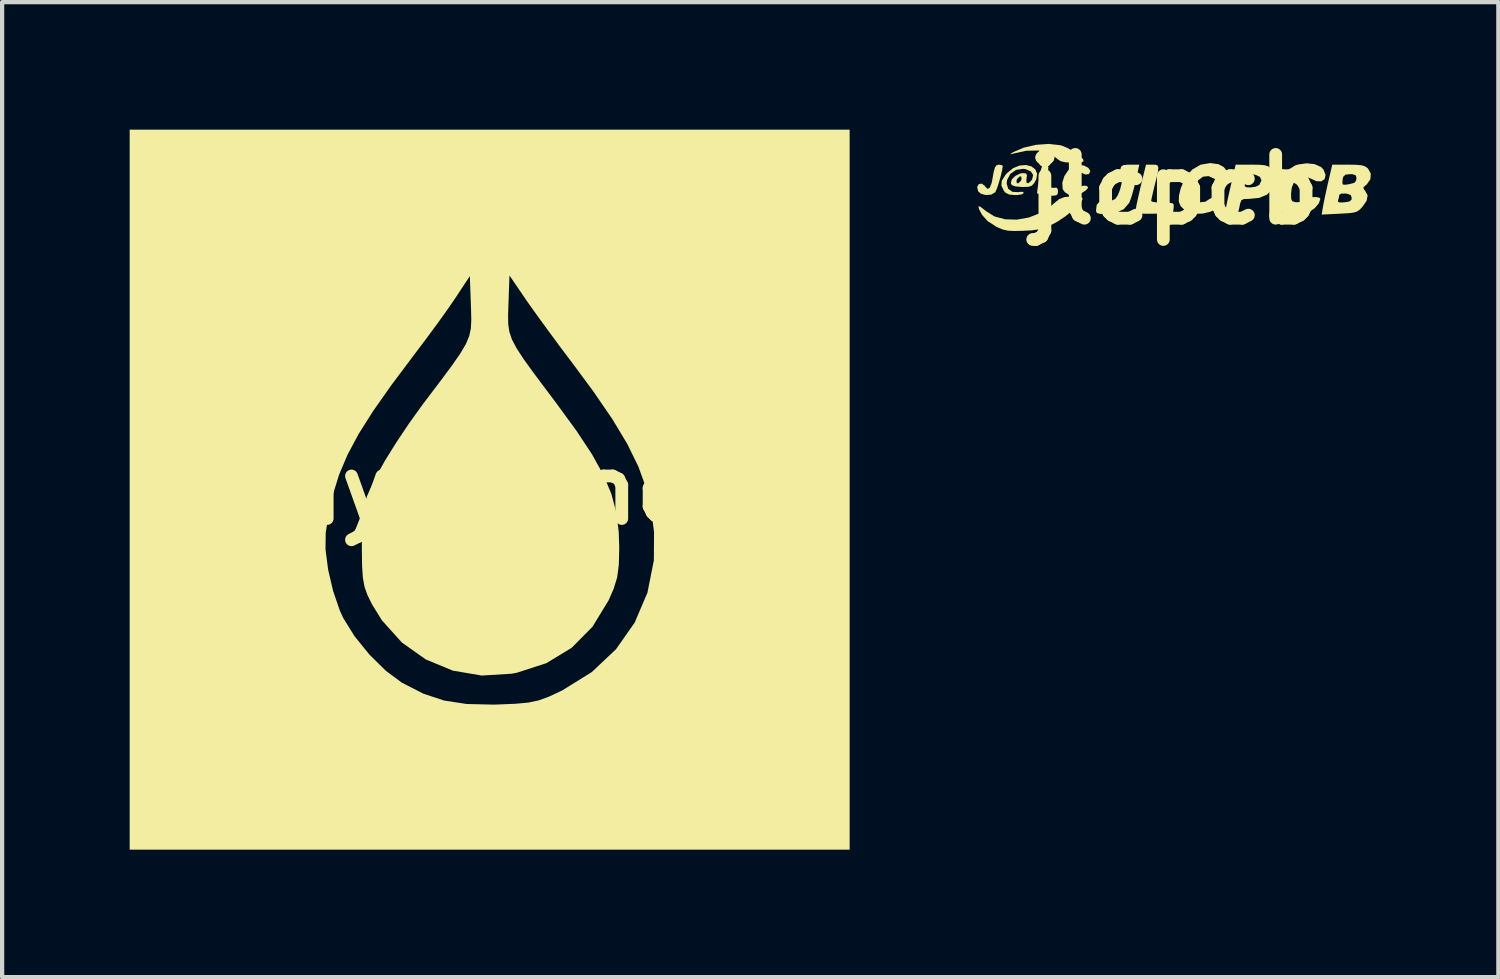
<source format=kicad_pcb>
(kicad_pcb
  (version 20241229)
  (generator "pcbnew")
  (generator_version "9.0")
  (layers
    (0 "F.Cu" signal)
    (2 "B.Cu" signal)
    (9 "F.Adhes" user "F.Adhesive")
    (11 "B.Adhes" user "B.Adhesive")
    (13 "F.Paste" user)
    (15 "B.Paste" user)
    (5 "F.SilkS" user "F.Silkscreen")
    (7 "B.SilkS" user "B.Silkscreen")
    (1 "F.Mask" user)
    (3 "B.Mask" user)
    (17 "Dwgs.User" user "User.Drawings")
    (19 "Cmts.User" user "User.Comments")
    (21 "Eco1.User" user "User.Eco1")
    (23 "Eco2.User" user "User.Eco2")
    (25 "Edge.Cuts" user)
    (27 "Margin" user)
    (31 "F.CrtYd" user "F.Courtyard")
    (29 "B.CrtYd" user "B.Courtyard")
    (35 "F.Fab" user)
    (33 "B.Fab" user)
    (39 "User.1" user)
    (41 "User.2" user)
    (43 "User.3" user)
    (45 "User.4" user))
  (footprint "hyprland"
    (layer "F.Cu")
    (at 8.467 8.467)
    (property "Reference" "hyprland" (at 0 0 0) (layer "F.SilkS") (effects (font (size 1.5 1.5) (thickness 0.3))))
    (attr board_only exclude_from_pos_files exclude_from_bom)
    (fp_poly (pts (xy 8.467 -0.000001) (xy 8.467 8.467) (xy -0.000001 8.467) (xy -8.467 8.467) (xy -8.467 1.406) (xy -3.861 1.406) (xy -3.799 1.883) (xy -3.682 2.383) (xy -3.524 2.844) (xy -3.443 3.02) (xy -3.178 3.447) (xy -2.829 3.878) (xy -2.443 4.259) (xy -2.069 4.537) (xy -2.06 4.542) (xy -1.563 4.797) (xy -1.076 4.959) (xy -0.543 5.041) (xy 0.089 5.056) (xy 0.186 5.053) (xy 0.606 5.036) (xy 0.91 5.008) (xy 1.154 4.956) (xy 1.391 4.87) (xy 1.677 4.736) (xy 1.71 4.72) (xy 2.401 4.291) (xy 2.971 3.754) (xy 3.411 3.126) (xy 3.711 2.423) (xy 3.862 1.662) (xy 3.866 1.002) (xy 3.801 0.472) (xy 3.682 -0.035) (xy 3.498 -0.542) (xy 3.237 -1.075) (xy 2.887 -1.657) (xy 2.437 -2.313) (xy 1.996 -2.91) (xy 1.684 -3.324) (xy 1.375 -3.743) (xy 1.097 -4.125) (xy 0.883 -4.426) (xy 0.841 -4.487) (xy 0.466 -5.038) (xy 0.441 -4.338) (xy 0.433 -4.09) (xy 0.437 -3.888) (xy 0.464 -3.709) (xy 0.526 -3.528) (xy 0.636 -3.321) (xy 0.804 -3.064) (xy 1.044 -2.732) (xy 1.367 -2.301) (xy 1.573 -2.027) (xy 2.043 -1.383) (xy 2.407 -0.832) (xy 2.676 -0.347) (xy 2.863 0.101) (xy 2.979 0.538) (xy 3.036 0.993) (xy 3.048 1.373) (xy 3.038 1.765) (xy 3 2.059) (xy 2.918 2.328) (xy 2.799 2.601) (xy 2.418 3.225) (xy 1.929 3.719) (xy 1.336 4.08) (xy 0.643 4.305) (xy 0.519 4.329) (xy -0.187 4.372) (xy -0.868 4.256) (xy -1.501 3.994) (xy -2.064 3.596) (xy -2.534 3.074) (xy -2.767 2.697) (xy -2.873 2.482) (xy -2.942 2.29) (xy -2.982 2.075) (xy -3.001 1.792) (xy -3.006 1.394) (xy -3.006 1.306) (xy -3.004 0.893) (xy -2.99 0.597) (xy -2.953 0.366) (xy -2.883 0.148) (xy -2.767 -0.109) (xy -2.65 -0.345) (xy -2.462 -0.683) (xy -2.2 -1.104) (xy -1.896 -1.558) (xy -1.582 -1.996) (xy -1.523 -2.074) (xy -1.16 -2.552) (xy -0.887 -2.92) (xy -0.691 -3.202) (xy -0.559 -3.426) (xy -0.48 -3.615) (xy -0.442 -3.796) (xy -0.432 -3.994) (xy -0.438 -4.235) (xy -0.441 -4.327) (xy -0.466 -5.024) (xy -0.796 -4.523) (xy -0.983 -4.25) (xy -1.239 -3.893) (xy -1.528 -3.502) (xy -1.775 -3.175) (xy -2.308 -2.464) (xy -2.739 -1.852) (xy -3.08 -1.313) (xy -3.343 -0.821) (xy -3.542 -0.351) (xy -3.689 0.123) (xy -3.796 0.626) (xy -3.856 1.016) (xy -3.861 1.406) (xy -8.467 1.406) (xy -8.467 -0.000001) (xy -8.467 -8.467) (xy -0.000001 -8.467) (xy 8.467 -8.467)) (stroke (width 0) (type solid)) (fill yes) (layer "F.SilkS")))
  (footprint "jlcpcb"
    (layer "F.Cu")
    (at 24.562 1.404)
    (property "Reference" "jlcpcb" (at 0 0 0) (layer "F.SilkS") (effects (font (size 1.5 1.5) (thickness 0.3))))
    (attr board_only exclude_from_pos_files exclude_from_bom)
    (fp_poly (pts (xy -4.041 -0.567) (xy -4.026 -0.548) (xy -4.042 -0.448) (xy -4.076 -0.306) (xy -4.12 -0.153) (xy -4.164 -0.02) (xy -4.2 0.062) (xy -4.206 0.069) (xy -4.299 0.124) (xy -4.424 0.134) (xy -4.542 0.102) (xy -4.606 0.044) (xy -4.629 -0.056) (xy -4.593 -0.121) (xy -4.526 -0.137) (xy -4.453 -0.087) (xy -4.435 -0.061) (xy -4.382 -0.01) (xy -4.331 -0.042) (xy -4.288 -0.151) (xy -4.271 -0.235) (xy -4.24 -0.411) (xy -4.21 -0.516) (xy -4.173 -0.567) (xy -4.12 -0.581) (xy -4.111 -0.581)) (stroke (width 0) (type solid)) (fill yes) (layer "F.SilkS"))
    (fp_poly (pts (xy -2.683 -1.04) (xy -2.642 -1.03) (xy -2.505 -0.974) (xy -2.358 -0.891) (xy -2.228 -0.799) (xy -2.143 -0.715) (xy -2.129 -0.689) (xy -2.133 -0.654) (xy -2.189 -0.635) (xy -2.312 -0.629) (xy -2.383 -0.629) (xy -2.55 -0.636) (xy -2.659 -0.661) (xy -2.741 -0.712) (xy -2.773 -0.742) (xy -2.953 -0.858) (xy -3.189 -0.914) (xy -3.47 -0.908) (xy -3.786 -0.84) (xy -3.823 -0.828) (xy -3.85 -0.827) (xy -3.805 -0.861) (xy -3.78 -0.876) (xy -3.531 -0.982) (xy -3.242 -1.048) (xy -2.948 -1.069)) (stroke (width 0) (type solid)) (fill yes) (layer "F.SilkS"))
    (fp_poly (pts (xy -2.974 -0.571) (xy -2.954 -0.525) (xy -2.962 -0.419) (xy -2.966 -0.389) (xy -2.989 -0.251) (xy -3.014 -0.142) (xy -3.021 -0.121) (xy -3.024 -0.065) (xy -2.962 -0.042) (xy -2.923 -0.039) (xy -2.818 -0.037) (xy -2.761 -0.039) (xy -2.734 -0.007) (xy -2.728 0.042) (xy -2.735 0.107) (xy -2.77 0.14) (xy -2.854 0.15) (xy -3.007 0.143) (xy -3.007 0.143) (xy -3.131 0.126) (xy -3.208 0.1) (xy -3.22 0.084) (xy -3.213 0.02) (xy -3.195 -0.105) (xy -3.169 -0.265) (xy -3.168 -0.271) (xy -3.137 -0.436) (xy -3.107 -0.531) (xy -3.07 -0.573) (xy -3.028 -0.581)) (stroke (width 0) (type solid)) (fill yes) (layer "F.SilkS"))
    (fp_poly (pts (xy -0.9 -0.197) (xy -0.947 -0.005) (xy -0.997 0.168) (xy -1.042 0.293) (xy -1.053 0.317) (xy -1.178 0.464) (xy -1.367 0.553) (xy -1.608 0.581) (xy -1.743 0.576) (xy -1.811 0.556) (xy -1.833 0.513) (xy -1.833 0.496) (xy -1.817 0.364) (xy -1.755 0.294) (xy -1.63 0.269) (xy -1.584 0.268) (xy -1.454 0.26) (xy -1.379 0.224) (xy -1.324 0.144) (xy -1.269 0.009) (xy -1.233 -0.133) (xy -1.22 -0.253) (xy -1.236 -0.324) (xy -1.242 -0.329) (xy -1.267 -0.388) (xy -1.263 -0.468) (xy -1.241 -0.537) (xy -1.191 -0.57) (xy -1.087 -0.581) (xy -1.028 -0.581) (xy -0.815 -0.581)) (stroke (width 0) (type solid)) (fill yes) (layer "F.SilkS"))
    (fp_poly (pts (xy -0.43 -0.579) (xy -0.384 -0.561) (xy -0.367 -0.512) (xy -0.377 -0.417) (xy -0.412 -0.261) (xy -0.448 -0.117) (xy -0.489 0.051) (xy -0.52 0.187) (xy -0.536 0.265) (xy -0.537 0.274) (xy -0.496 0.294) (xy -0.39 0.309) (xy -0.265 0.313) (xy -0.116 0.315) (xy -0.036 0.326) (xy -0.006 0.357) (xy -0.006 0.416) (xy -0.008 0.436) (xy -0.022 0.559) (xy -0.455 0.572) (xy -0.642 0.574) (xy -0.792 0.569) (xy -0.885 0.558) (xy -0.905 0.549) (xy -0.902 0.495) (xy -0.881 0.371) (xy -0.844 0.197) (xy -0.796 -0.011) (xy -0.791 -0.034) (xy -0.658 -0.581) (xy -0.508 -0.581)) (stroke (width 0) (type solid)) (fill yes) (layer "F.SilkS"))
    (fp_poly (pts (xy 1.051 -0.591) (xy 1.17 -0.525) (xy 1.257 -0.42) (xy 1.292 -0.305) (xy 1.283 -0.253) (xy 1.219 -0.194) (xy 1.111 -0.183) (xy 0.993 -0.222) (xy 0.959 -0.245) (xy 0.814 -0.312) (xy 0.681 -0.298) (xy 0.571 -0.214) (xy 0.498 -0.067) (xy 0.473 0.104) (xy 0.476 0.223) (xy 0.503 0.279) (xy 0.572 0.3) (xy 0.608 0.304) (xy 0.737 0.291) (xy 0.803 0.248) (xy 0.876 0.204) (xy 0.98 0.182) (xy 1.082 0.183) (xy 1.15 0.21) (xy 1.161 0.235) (xy 1.117 0.354) (xy 1.007 0.454) (xy 0.851 0.528) (xy 0.672 0.57) (xy 0.49 0.574) (xy 0.329 0.535) (xy 0.255 0.491) (xy 0.157 0.394) (xy 0.113 0.287) (xy 0.118 0.144) (xy 0.161 -0.031) (xy 0.27 -0.28) (xy 0.429 -0.465) (xy 0.628 -0.581) (xy 0.856 -0.619)) (stroke (width 0) (type solid)) (fill yes) (layer "F.SilkS"))
    (fp_poly (pts (xy 3.309 -0.593) (xy 3.456 -0.528) (xy 3.516 -0.468) (xy 3.566 -0.34) (xy 3.544 -0.242) (xy 3.466 -0.189) (xy 3.35 -0.192) (xy 3.241 -0.243) (xy 3.083 -0.308) (xy 2.944 -0.291) (xy 2.837 -0.2) (xy 2.771 -0.043) (xy 2.754 0.104) (xy 2.757 0.223) (xy 2.783 0.279) (xy 2.852 0.3) (xy 2.888 0.304) (xy 3.018 0.291) (xy 3.084 0.248) (xy 3.154 0.206) (xy 3.257 0.183) (xy 3.361 0.181) (xy 3.431 0.202) (xy 3.443 0.225) (xy 3.407 0.329) (xy 3.316 0.437) (xy 3.199 0.519) (xy 3.165 0.533) (xy 3.011 0.565) (xy 2.82 0.575) (xy 2.643 0.563) (xy 2.591 0.552) (xy 2.522 0.503) (xy 2.448 0.409) (xy 2.443 0.401) (xy 2.402 0.322) (xy 2.387 0.248) (xy 2.398 0.15) (xy 2.434 -0.003) (xy 2.436 -0.011) (xy 2.532 -0.268) (xy 2.669 -0.45) (xy 2.853 -0.563) (xy 2.921 -0.585) (xy 3.123 -0.613)) (stroke (width 0) (type solid)) (fill yes) (layer "F.SilkS"))
    (fp_poly (pts (xy 2.011 -0.579) (xy 2.133 -0.568) (xy 2.215 -0.542) (xy 2.279 -0.496) (xy 2.308 -0.468) (xy 2.385 -0.371) (xy 2.4 -0.274) (xy 2.39 -0.212) (xy 2.316 -0.011) (xy 2.19 0.124) (xy 2.006 0.2) (xy 1.764 0.224) (xy 1.643 0.228) (xy 1.583 0.258) (xy 1.555 0.336) (xy 1.543 0.402) (xy 1.517 0.517) (xy 1.475 0.568) (xy 1.391 0.581) (xy 1.36 0.581) (xy 1.25 0.566) (xy 1.207 0.527) (xy 1.207 0.525) (xy 1.217 0.462) (xy 1.243 0.331) (xy 1.282 0.151) (xy 1.329 -0.056) (xy 1.334 -0.078) (xy 1.663 -0.078) (xy 1.703 -0.05) (xy 1.8 -0.045) (xy 1.922 -0.062) (xy 2.006 -0.105) (xy 2.011 -0.11) (xy 2.058 -0.212) (xy 2.023 -0.294) (xy 1.914 -0.343) (xy 1.867 -0.349) (xy 1.744 -0.347) (xy 1.699 -0.311) (xy 1.699 -0.305) (xy 1.687 -0.216) (xy 1.671 -0.145) (xy 1.663 -0.078) (xy 1.334 -0.078) (xy 1.451 -0.581) (xy 1.823 -0.581)) (stroke (width 0) (type solid)) (fill yes) (layer "F.SilkS"))
    (fp_poly (pts (xy -3.354 -0.541) (xy -3.261 -0.471) (xy -3.218 -0.368) (xy -3.238 -0.238) (xy -3.289 -0.145) (xy -3.346 -0.086) (xy -3.426 -0.059) (xy -3.56 -0.056) (xy -3.59 -0.057) (xy -3.736 -0.071) (xy -3.813 -0.101) (xy -3.837 -0.144) (xy -3.822 -0.204) (xy -3.705 -0.204) (xy -3.695 -0.145) (xy -3.66 -0.144) (xy -3.601 -0.2) (xy -3.584 -0.244) (xy -3.594 -0.303) (xy -3.629 -0.303) (xy -3.688 -0.247) (xy -3.705 -0.204) (xy -3.822 -0.204) (xy -3.814 -0.233) (xy -3.731 -0.317) (xy -3.616 -0.373) (xy -3.552 -0.382) (xy -3.476 -0.374) (xy -3.457 -0.326) (xy -3.469 -0.254) (xy -3.471 -0.162) (xy -3.431 -0.141) (xy -3.366 -0.194) (xy -3.335 -0.237) (xy -3.312 -0.338) (xy -3.366 -0.421) (xy -3.486 -0.474) (xy -3.548 -0.483) (xy -3.715 -0.458) (xy -3.847 -0.365) (xy -3.924 -0.223) (xy -3.935 -0.135) (xy -3.898 -0.013) (xy -3.799 0.058) (xy -3.658 0.066) (xy -3.627 0.059) (xy -3.552 0.058) (xy -3.533 0.084) (xy -3.574 0.116) (xy -3.681 0.133) (xy -3.731 0.134) (xy -3.874 0.122) (xy -3.963 0.078) (xy -4 0.035) (xy -4.059 -0.087) (xy -4.05 -0.202) (xy -3.969 -0.332) (xy -3.924 -0.384) (xy -3.781 -0.5) (xy -3.629 -0.561) (xy -3.482 -0.573)) (stroke (width 0) (type solid)) (fill yes) (layer "F.SilkS"))
    (fp_poly (pts (xy 4.29 -0.578) (xy 4.416 -0.566) (xy 4.498 -0.539) (xy 4.558 -0.495) (xy 4.565 -0.488) (xy 4.63 -0.369) (xy 4.619 -0.236) (xy 4.537 -0.119) (xy 4.513 -0.1) (xy 4.455 -0.047) (xy 4.469 0.002) (xy 4.494 0.028) (xy 4.555 0.139) (xy 4.532 0.268) (xy 4.433 0.41) (xy 4.369 0.478) (xy 4.306 0.521) (xy 4.222 0.547) (xy 4.095 0.561) (xy 3.903 0.572) (xy 3.89 0.573) (xy 3.474 0.593) (xy 3.502 0.425) (xy 3.524 0.306) (xy 3.527 0.292) (xy 3.857 0.292) (xy 3.905 0.309) (xy 4.008 0.305) (xy 4.124 0.286) (xy 4.174 0.245) (xy 4.181 0.201) (xy 4.158 0.134) (xy 4.073 0.102) (xy 4.036 0.098) (xy 3.937 0.1) (xy 3.891 0.124) (xy 3.89 0.128) (xy 3.876 0.205) (xy 3.862 0.245) (xy 3.857 0.292) (xy 3.527 0.292) (xy 3.561 0.13) (xy 3.605 -0.073) (xy 3.624 -0.155) (xy 3.961 -0.155) (xy 3.971 -0.114) (xy 4.025 -0.108) (xy 4.122 -0.122) (xy 4.221 -0.148) (xy 4.259 -0.165) (xy 4.287 -0.22) (xy 4.293 -0.271) (xy 4.274 -0.332) (xy 4.2 -0.356) (xy 4.142 -0.358) (xy 4.034 -0.346) (xy 3.983 -0.298) (xy 3.969 -0.247) (xy 3.961 -0.155) (xy 3.624 -0.155) (xy 3.626 -0.162) (xy 3.723 -0.581) (xy 4.097 -0.581)) (stroke (width 0) (type solid)) (fill yes) (layer "F.SilkS"))
    (fp_poly (pts (xy -2.116 -0.559) (xy -2.012 -0.504) (xy -1.968 -0.432) (xy -1.968 -0.427) (xy -2 -0.359) (xy -2.082 -0.349) (xy -2.177 -0.39) (xy -2.255 -0.428) (xy -2.318 -0.406) (xy -2.367 -0.361) (xy -2.447 -0.246) (xy -2.449 -0.122) (xy -2.432 -0.071) (xy -2.372 -0.014) (xy -2.283 -0.003) (xy -2.214 -0.044) (xy -2.214 -0.045) (xy -2.158 -0.082) (xy -2.083 -0.088) (xy -2.028 -0.064) (xy -2.022 -0.034) (xy -2.071 0.022) (xy -2.169 0.087) (xy -2.194 0.101) (xy -2.284 0.15) (xy -2.299 0.173) (xy -2.247 0.179) (xy -2.169 0.194) (xy -2.146 0.219) (xy -2.182 0.294) (xy -2.275 0.399) (xy -2.41 0.521) (xy -2.567 0.643) (xy -2.729 0.752) (xy -2.852 0.819) (xy -3.022 0.893) (xy -3.171 0.938) (xy -3.337 0.963) (xy -3.555 0.975) (xy -3.758 0.979) (xy -3.902 0.972) (xy -4.016 0.947) (xy -4.129 0.902) (xy -4.189 0.872) (xy -4.384 0.745) (xy -4.513 0.6) (xy -4.514 0.599) (xy -4.585 0.465) (xy -4.599 0.4) (xy -4.558 0.405) (xy -4.46 0.48) (xy -4.431 0.506) (xy -4.223 0.636) (xy -3.971 0.704) (xy -3.694 0.712) (xy -3.41 0.661) (xy -3.137 0.554) (xy -2.893 0.392) (xy -2.833 0.338) (xy -2.699 0.229) (xy -2.573 0.181) (xy -2.509 0.175) (xy -2.406 0.172) (xy -2.386 0.162) (xy -2.443 0.137) (xy -2.469 0.128) (xy -2.567 0.066) (xy -2.617 -0.004) (xy -2.627 -0.156) (xy -2.577 -0.314) (xy -2.483 -0.454) (xy -2.362 -0.551) (xy -2.249 -0.581)) (stroke (width 0) (type solid)) (fill yes) (layer "F.SilkS")))
  (gr_rect
    (start -3 -3)
    (end 32.192 19.933)
    (stroke (width 0.1) (type default))
    (fill no)
    (layer "Edge.Cuts")))
</source>
